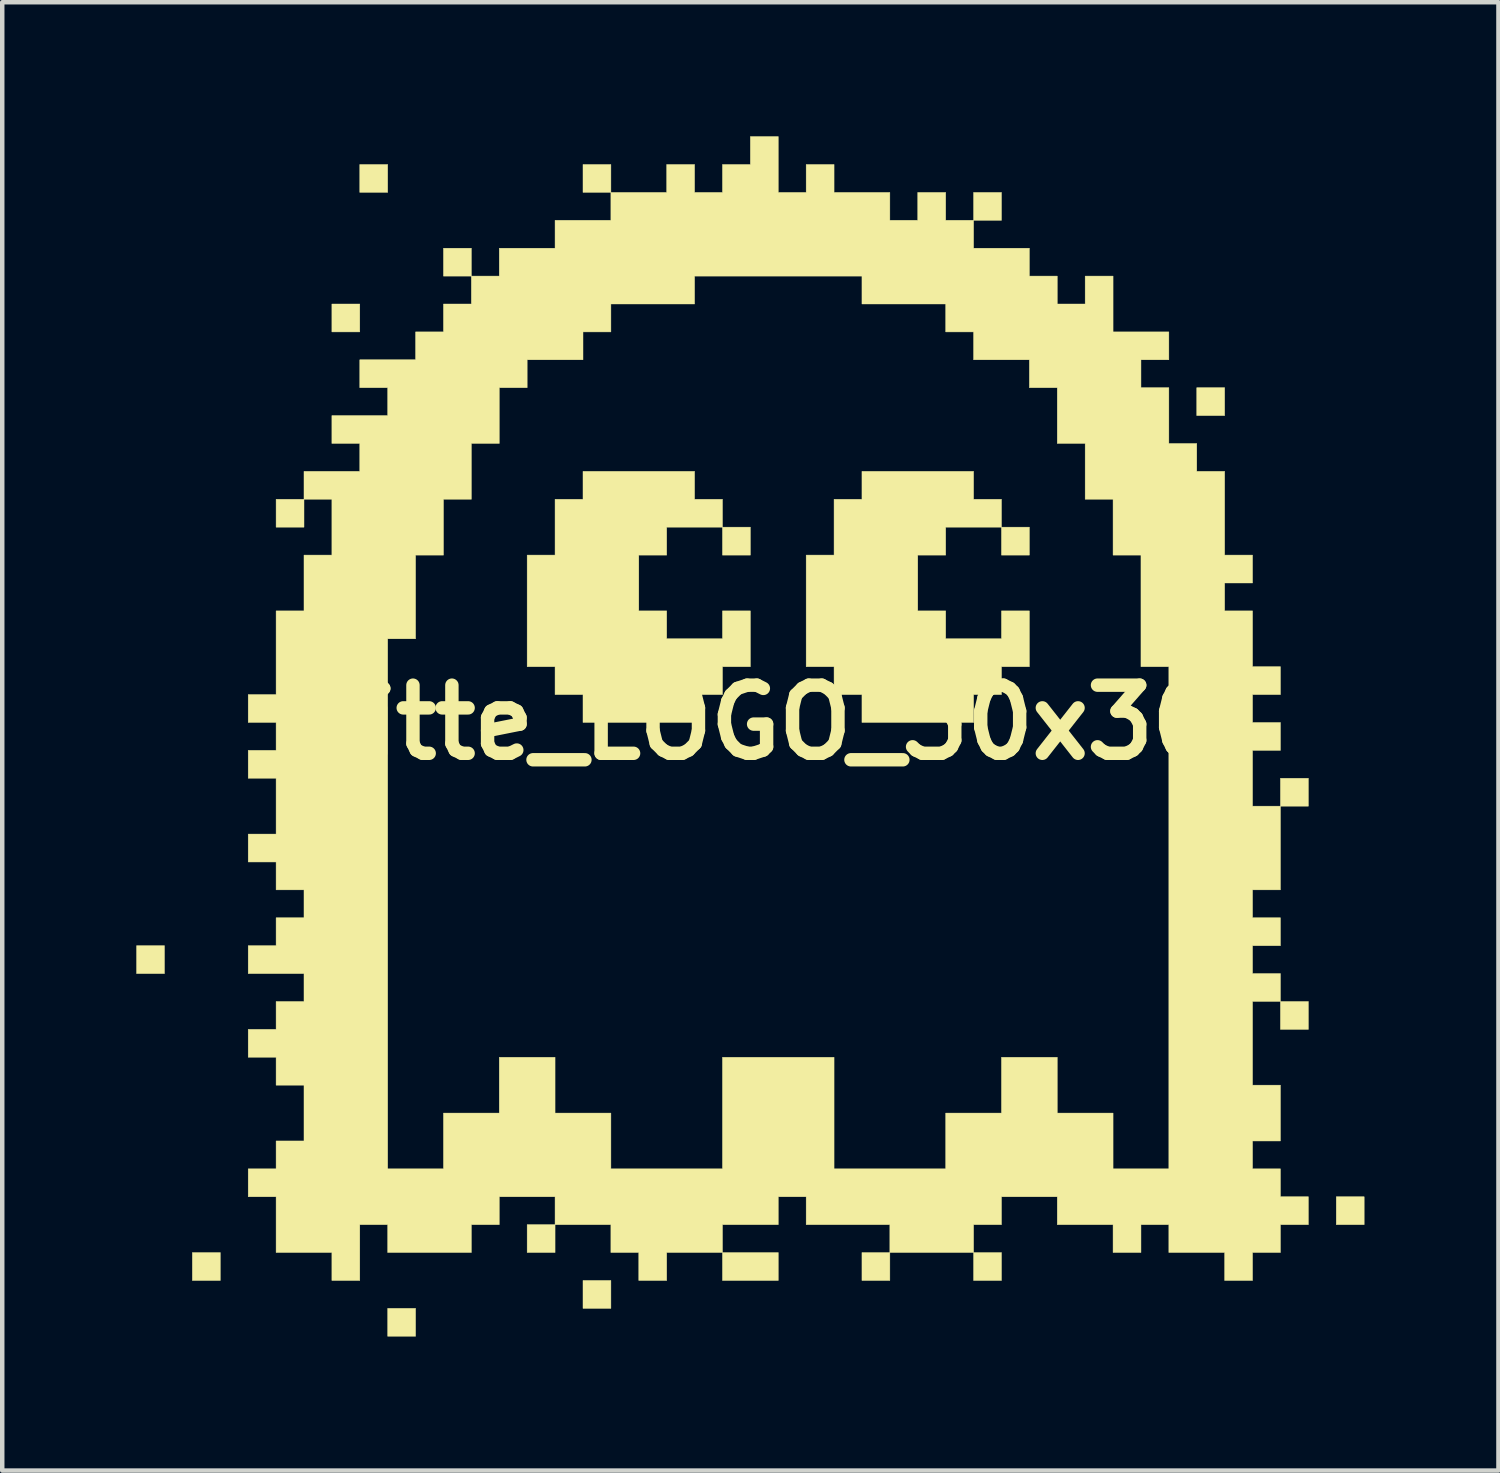
<source format=kicad_pcb>
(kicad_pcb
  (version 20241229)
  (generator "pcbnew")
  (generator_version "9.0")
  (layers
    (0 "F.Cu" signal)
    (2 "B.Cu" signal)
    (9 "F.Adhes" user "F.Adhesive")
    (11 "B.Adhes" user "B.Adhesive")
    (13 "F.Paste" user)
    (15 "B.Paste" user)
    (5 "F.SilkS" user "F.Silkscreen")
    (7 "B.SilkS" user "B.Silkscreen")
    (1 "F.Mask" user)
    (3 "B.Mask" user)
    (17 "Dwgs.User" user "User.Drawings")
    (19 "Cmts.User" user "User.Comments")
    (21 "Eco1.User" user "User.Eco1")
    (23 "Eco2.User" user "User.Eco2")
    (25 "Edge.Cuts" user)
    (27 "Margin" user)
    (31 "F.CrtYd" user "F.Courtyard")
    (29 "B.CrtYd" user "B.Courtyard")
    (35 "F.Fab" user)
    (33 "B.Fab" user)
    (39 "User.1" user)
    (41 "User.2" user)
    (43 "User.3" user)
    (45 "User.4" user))
  (footprint "fritte_LOGO_30x30"
    (layer "F.Cu")
    (at 13.735 13.111)
    (property "Reference" "fritte_LOGO_30x30" (at 0 0 0) (layer "F.SilkS") (effects (font (size 1.524 1.524) (thickness 0.3))))
    (attr through_hole)
    (fp_poly (pts (xy -13.106 5.617) (xy -13.73 5.617) (xy -13.73 4.993) (xy -13.106 4.993) (xy -13.106 5.617)) (stroke (width 0.01) (type solid)) (fill yes) (layer "F.SilkS"))
    (fp_poly (pts (xy -11.857 12.482) (xy -12.482 12.482) (xy -12.482 11.857) (xy -11.857 11.857) (xy -11.857 12.482)) (stroke (width 0.01) (type solid)) (fill yes) (layer "F.SilkS"))
    (fp_poly (pts (xy -9.985 -4.369) (xy -10.609 -4.369) (xy -10.609 -4.993) (xy -9.985 -4.993) (xy -9.985 -4.369)) (stroke (width 0.01) (type solid)) (fill yes) (layer "F.SilkS"))
    (fp_poly (pts (xy -8.737 -8.737) (xy -9.361 -8.737) (xy -9.361 -9.361) (xy -8.737 -9.361) (xy -8.737 -8.737)) (stroke (width 0.01) (type solid)) (fill yes) (layer "F.SilkS"))
    (fp_poly (pts (xy -8.113 -11.857) (xy -8.737 -11.857) (xy -8.737 -12.482) (xy -8.113 -12.482) (xy -8.113 -11.857)) (stroke (width 0.01) (type solid)) (fill yes) (layer "F.SilkS"))
    (fp_poly (pts (xy -7.489 13.73) (xy -8.113 13.73) (xy -8.113 13.106) (xy -7.489 13.106) (xy -7.489 13.73)) (stroke (width 0.01) (type solid)) (fill yes) (layer "F.SilkS"))
    (fp_poly (pts (xy -6.241 -9.985) (xy -6.865 -9.985) (xy -6.865 -10.609) (xy -6.241 -10.609) (xy -6.241 -9.985)) (stroke (width 0.01) (type solid)) (fill yes) (layer "F.SilkS"))
    (fp_poly (pts (xy -4.369 11.857) (xy -4.993 11.857) (xy -4.993 11.233) (xy -4.369 11.233) (xy -4.369 11.857)) (stroke (width 0.01) (type solid)) (fill yes) (layer "F.SilkS"))
    (fp_poly (pts (xy -3.12 -11.857) (xy -3.744 -11.857) (xy -3.744 -12.482) (xy -3.12 -12.482) (xy -3.12 -11.857)) (stroke (width 0.01) (type solid)) (fill yes) (layer "F.SilkS"))
    (fp_poly (pts (xy -3.12 13.106) (xy -3.744 13.106) (xy -3.744 12.482) (xy -3.12 12.482) (xy -3.12 13.106)) (stroke (width 0.01) (type solid)) (fill yes) (layer "F.SilkS"))
    (fp_poly (pts (xy 0 -3.744) (xy -0.624 -3.744) (xy -0.624 -4.369) (xy 0 -4.369) (xy 0 -3.744)) (stroke (width 0.01) (type solid)) (fill yes) (layer "F.SilkS"))
    (fp_poly (pts (xy 0.624 12.482) (xy -0.624 12.482) (xy -0.624 11.857) (xy 0.624 11.857) (xy 0.624 12.482)) (stroke (width 0.01) (type solid)) (fill yes) (layer "F.SilkS"))
    (fp_poly (pts (xy 3.12 12.482) (xy 2.496 12.482) (xy 2.496 11.857) (xy 3.12 11.857) (xy 3.12 12.482)) (stroke (width 0.01) (type solid)) (fill yes) (layer "F.SilkS"))
    (fp_poly (pts (xy 5.617 -11.233) (xy 4.993 -11.233) (xy 4.993 -11.857) (xy 5.617 -11.857) (xy 5.617 -11.233)) (stroke (width 0.01) (type solid)) (fill yes) (layer "F.SilkS"))
    (fp_poly (pts (xy 5.617 12.482) (xy 4.993 12.482) (xy 4.993 11.857) (xy 5.617 11.857) (xy 5.617 12.482)) (stroke (width 0.01) (type solid)) (fill yes) (layer "F.SilkS"))
    (fp_poly (pts (xy 6.241 -3.744) (xy 5.617 -3.744) (xy 5.617 -4.369) (xy 6.241 -4.369) (xy 6.241 -3.744)) (stroke (width 0.01) (type solid)) (fill yes) (layer "F.SilkS"))
    (fp_poly (pts (xy 10.609 -6.865) (xy 9.985 -6.865) (xy 9.985 -7.489) (xy 10.609 -7.489) (xy 10.609 -6.865)) (stroke (width 0.01) (type solid)) (fill yes) (layer "F.SilkS"))
    (fp_poly (pts (xy 12.482 1.872) (xy 11.857 1.872) (xy 11.857 1.248) (xy 12.482 1.248) (xy 12.482 1.872)) (stroke (width 0.01) (type solid)) (fill yes) (layer "F.SilkS"))
    (fp_poly (pts (xy 12.482 6.865) (xy 11.857 6.865) (xy 11.857 6.241) (xy 12.482 6.241) (xy 12.482 6.865)) (stroke (width 0.01) (type solid)) (fill yes) (layer "F.SilkS"))
    (fp_poly (pts (xy 13.73 11.233) (xy 13.106 11.233) (xy 13.106 10.609) (xy 13.73 10.609) (xy 13.73 11.233)) (stroke (width 0.01) (type solid)) (fill yes) (layer "F.SilkS"))
    (fp_poly (pts (xy -1.248 -4.993) (xy -0.624 -4.993) (xy -0.624 -4.369) (xy -1.872 -4.369) (xy -1.872 -3.744) (xy -2.496 -3.744) (xy -2.496 -2.496) (xy -1.872 -2.496) (xy -1.872 -1.872) (xy -0.624 -1.872) (xy -0.624 -2.496) (xy 0 -2.496) (xy 0 -1.248) (xy -0.624 -1.248) (xy -0.624 -0.624) (xy -1.248 -0.624) (xy -1.248 0) (xy -3.744 0) (xy -3.744 -0.624) (xy -4.369 -0.624) (xy -4.369 -1.248) (xy -4.993 -1.248) (xy -4.993 -3.744) (xy -4.369 -3.744) (xy -4.369 -4.993) (xy -3.744 -4.993) (xy -3.744 -5.617) (xy -1.248 -5.617) (xy -1.248 -4.993)) (stroke (width 0.01) (type solid)) (fill yes) (layer "F.SilkS"))
    (fp_poly (pts (xy 4.993 -4.993) (xy 5.617 -4.993) (xy 5.617 -4.369) (xy 4.369 -4.369) (xy 4.369 -3.744) (xy 3.744 -3.744) (xy 3.744 -2.496) (xy 4.369 -2.496) (xy 4.369 -1.872) (xy 5.617 -1.872) (xy 5.617 -2.496) (xy 6.241 -2.496) (xy 6.241 -1.248) (xy 5.617 -1.248) (xy 5.617 -0.624) (xy 4.993 -0.624) (xy 4.993 0) (xy 2.496 0) (xy 2.496 -0.624) (xy 1.872 -0.624) (xy 1.872 -1.248) (xy 1.248 -1.248) (xy 1.248 -3.744) (xy 1.872 -3.744) (xy 1.872 -4.993) (xy 2.496 -4.993) (xy 2.496 -5.617) (xy 4.993 -5.617) (xy 4.993 -4.993)) (stroke (width 0.01) (type solid)) (fill yes) (layer "F.SilkS"))
    (fp_poly (pts (xy -9.985 -5.617) (xy -8.737 -5.617) (xy -8.737 -6.241) (xy -9.361 -6.241) (xy -9.361 -6.865) (xy -8.113 -6.865) (xy -8.113 -7.489) (xy -8.737 -7.489) (xy -8.737 -8.113) (xy -7.489 -8.113) (xy -7.489 -8.737) (xy -6.865 -8.737) (xy -6.865 -9.361) (xy -6.241 -9.361) (xy -6.241 -9.985) (xy -5.617 -9.985) (xy -5.617 -10.609) (xy -4.369 -10.609) (xy -4.369 -11.233) (xy -3.12 -11.233) (xy -3.12 -11.857) (xy -1.872 -11.857) (xy -1.872 -12.482) (xy -1.248 -12.482) (xy -1.248 -11.857) (xy -0.624 -11.857) (xy -0.624 -12.482) (xy 0 -12.482) (xy 0 -13.106) (xy 0.624 -13.106) (xy 0.624 -11.857) (xy 1.248 -11.857) (xy 1.248 -12.482) (xy 1.872 -12.482) (xy 1.872 -11.857) (xy 3.12 -11.857) (xy 3.12 -11.233) (xy 3.744 -11.233) (xy 3.744 -11.857) (xy 4.369 -11.857) (xy 4.369 -11.233) (xy 4.993 -11.233) (xy 4.993 -10.609) (xy 6.241 -10.609) (xy 6.241 -9.985) (xy 6.865 -9.985) (xy 6.865 -9.361) (xy 7.489 -9.361) (xy 7.489 -9.985) (xy 8.113 -9.985) (xy 8.113 -8.737) (xy 9.361 -8.737) (xy 9.361 -8.113) (xy 8.737 -8.113) (xy 8.737 -7.489) (xy 9.361 -7.489) (xy 9.361 -6.241) (xy 9.985 -6.241) (xy 9.985 -5.617) (xy 10.609 -5.617) (xy 10.609 -3.744) (xy 11.233 -3.744) (xy 11.233 -3.12) (xy 10.609 -3.12) (xy 10.609 -2.496) (xy 11.233 -2.496) (xy 11.233 -1.248) (xy 11.857 -1.248) (xy 11.857 -0.624) (xy 11.233 -0.624) (xy 11.233 0) (xy 11.857 0) (xy 11.857 0.624) (xy 11.233 0.624) (xy 11.233 1.872) (xy 11.857 1.872) (xy 11.857 3.744) (xy 11.233 3.744) (xy 11.233 4.369) (xy 11.857 4.369) (xy 11.857 4.993) (xy 11.233 4.993) (xy 11.233 5.617) (xy 11.857 5.617) (xy 11.857 6.241) (xy 11.233 6.241) (xy 11.233 8.113) (xy 11.857 8.113) (xy 11.857 9.361) (xy 11.233 9.361) (xy 11.233 9.985) (xy 11.857 9.985) (xy 11.857 10.609) (xy 12.482 10.609) (xy 12.482 11.233) (xy 11.857 11.233) (xy 11.857 11.857) (xy 11.233 11.857) (xy 11.233 12.482) (xy 10.609 12.482) (xy 10.609 11.857) (xy 9.361 11.857) (xy 9.361 11.233) (xy 8.737 11.233) (xy 8.737 11.857) (xy 8.113 11.857) (xy 8.113 11.233) (xy 6.865 11.233) (xy 6.865 10.609) (xy 5.617 10.609) (xy 5.617 11.233) (xy 4.993 11.233) (xy 4.993 11.857) (xy 3.12 11.857) (xy 3.12 11.233) (xy 1.248 11.233) (xy 1.248 10.609) (xy 0.624 10.609) (xy 0.624 11.233) (xy -0.624 11.233) (xy -0.624 11.857) (xy -1.872 11.857) (xy -1.872 12.482) (xy -2.496 12.482) (xy -2.496 11.857) (xy -3.12 11.857) (xy -3.12 11.233) (xy -4.369 11.233) (xy -4.369 10.609) (xy -5.617 10.609) (xy -5.617 11.233) (xy -6.241 11.233) (xy -6.241 11.857) (xy -8.113 11.857) (xy -8.113 11.233) (xy -8.737 11.233) (xy -8.737 12.482) (xy -9.361 12.482) (xy -9.361 11.857) (xy -10.609 11.857) (xy -10.609 10.609) (xy -11.233 10.609) (xy -11.233 9.985) (xy -10.609 9.985) (xy -10.609 9.361) (xy -9.985 9.361) (xy -9.985 8.113) (xy -10.609 8.113) (xy -10.609 7.489) (xy -11.233 7.489) (xy -11.233 6.865) (xy -10.609 6.865) (xy -10.609 6.241) (xy -9.985 6.241) (xy -9.985 5.617) (xy -11.233 5.617) (xy -11.233 4.993) (xy -10.609 4.993) (xy -10.609 4.369) (xy -9.985 4.369) (xy -9.985 3.744) (xy -10.609 3.744) (xy -10.609 3.12) (xy -11.233 3.12) (xy -11.233 2.496) (xy -10.609 2.496) (xy -10.609 1.248) (xy -11.233 1.248) (xy -11.233 0.624) (xy -10.609 0.624) (xy -10.609 0) (xy -11.233 0) (xy -11.233 -0.624) (xy -10.609 -0.624) (xy -10.609 -1.872) (xy -8.113 -1.872) (xy -8.113 9.985) (xy -6.865 9.985) (xy -6.865 8.737) (xy -5.617 8.737) (xy -5.617 7.489) (xy -4.369 7.489) (xy -4.369 8.737) (xy -3.12 8.737) (xy -3.12 9.985) (xy -0.624 9.985) (xy -0.624 7.489) (xy 1.872 7.489) (xy 1.872 9.985) (xy 4.369 9.985) (xy 4.369 8.737) (xy 5.617 8.737) (xy 5.617 7.489) (xy 6.865 7.489) (xy 6.865 8.737) (xy 8.113 8.737) (xy 8.113 9.985) (xy 9.361 9.985) (xy 9.361 -1.248) (xy 8.737 -1.248) (xy 8.737 -3.744) (xy 8.113 -3.744) (xy 8.113 -4.993) (xy 7.489 -4.993) (xy 7.489 -6.241) (xy 6.865 -6.241) (xy 6.865 -7.489) (xy 6.241 -7.489) (xy 6.241 -8.113) (xy 4.993 -8.113) (xy 4.993 -8.737) (xy 4.369 -8.737) (xy 4.369 -9.361) (xy 2.496 -9.361) (xy 2.496 -9.985) (xy -1.248 -9.985) (xy -1.248 -9.361) (xy -3.12 -9.361) (xy -3.12 -8.737) (xy -3.744 -8.737) (xy -3.744 -8.113) (xy -4.993 -8.113) (xy -4.993 -7.489) (xy -5.617 -7.489) (xy -5.617 -6.241) (xy -6.241 -6.241) (xy -6.241 -4.993) (xy -6.865 -4.993) (xy -6.865 -3.744) (xy -7.489 -3.744) (xy -7.489 -1.872) (xy -8.113 -1.872) (xy -10.609 -1.872) (xy -10.609 -2.496) (xy -9.985 -2.496) (xy -9.985 -3.744) (xy -9.361 -3.744) (xy -9.361 -4.993) (xy -9.985 -4.993) (xy -9.985 -5.617)) (stroke (width 0.01) (type solid)) (fill yes) (layer "F.SilkS")))
  (gr_rect
    (start -3 -3)
    (end 30.469 29.845)
    (stroke (width 0.1) (type default))
    (fill no)
    (layer "Edge.Cuts")))
</source>
